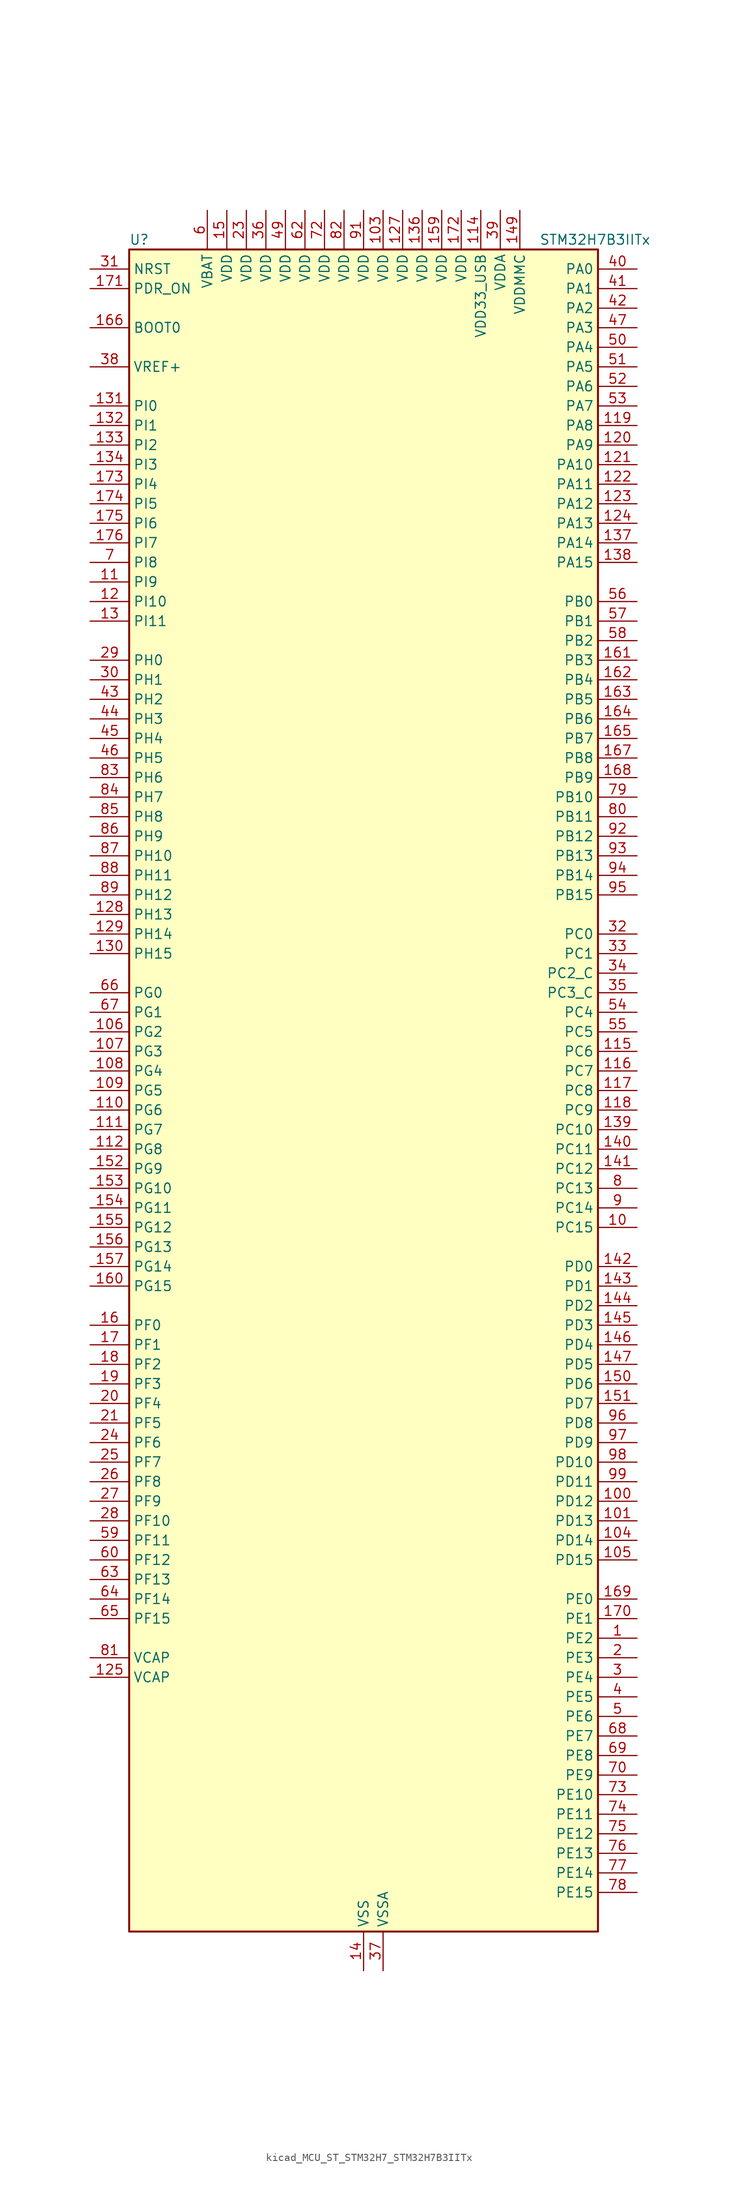
<source format=kicad_sym>
(kicad_symbol_lib
  (version 20220914)
  (generator kicad_symbol_editor)
  (symbol "kicad_MCU_ST_STM32H7_STM32H7B3IITx"
    (property "Reference" "U"
      (at -30.48 110.49 0)
      (effects (font (size 1.27 1.27)) (justify left)))
    (property "Value" "STM32H7B3IITx"
      (at 22.86 110.49 0)
      (effects (font (size 1.27 1.27)) (justify left)))
    (property "ki_locked" ""
      (at 0 0 0)
      (effects (font (size 1.27 1.27))))
    (symbol "kicad_MCU_ST_STM32H7_STM32H7B3IITx_0_1"
      (rectangle (start -30.48 -109.22) (end 30.48 109.22) (stroke (width 0.254) (type default)) (fill (type background))))
    (symbol "kicad_MCU_ST_STM32H7_STM32H7B3IITx_1_1"
      (pin bidirectional line (at 35.56 -71.12 180) (length 5.08) (name "PE2" (effects (font (size 1.27 1.27)))) (number "1" (effects (font (size 1.27 1.27)))) (alternate "DEBUG_TRACECLK" bidirectional line) (alternate "FMC_A23" bidirectional line) (alternate "OCTOSPIM_P1_IO2" bidirectional line) (alternate "SAI1_CK1" bidirectional line) (alternate "SAI1_MCLK_A" bidirectional line) (alternate "SPI4_SCK" bidirectional line) (alternate "USART10_RX" bidirectional line))
      (pin bidirectional line (at 35.56 -17.78 180) (length 5.08) (name "PC15" (effects (font (size 1.27 1.27)))) (number "10" (effects (font (size 1.27 1.27)))) (alternate "ADC1_EXTI15" bidirectional line) (alternate "ADC2_EXTI15" bidirectional line) (alternate "RCC_OSC32_OUT" bidirectional line))
      (pin bidirectional line (at 35.56 -53.34 180) (length 5.08) (name "PD12" (effects (font (size 1.27 1.27)))) (number "100" (effects (font (size 1.27 1.27)))) (alternate "DCMI_D12" bidirectional line) (alternate "FMC_A17" bidirectional line) (alternate "FMC_ALE" bidirectional line) (alternate "I2C4_SCL" bidirectional line) (alternate "LPTIM1_IN1" bidirectional line) (alternate "LPTIM2_IN1" bidirectional line) (alternate "OCTOSPIM_P1_IO1" bidirectional line) (alternate "PSSI_D12" bidirectional line) (alternate "SAI2_FS_A" bidirectional line) (alternate "TIM4_CH1" bidirectional line) (alternate "USART3_DE" bidirectional line) (alternate "USART3_RTS" bidirectional line))
      (pin bidirectional line (at 35.56 -55.88 180) (length 5.08) (name "PD13" (effects (font (size 1.27 1.27)))) (number "101" (effects (font (size 1.27 1.27)))) (alternate "DCMI_D13" bidirectional line) (alternate "FMC_A18" bidirectional line) (alternate "I2C4_SDA" bidirectional line) (alternate "LPTIM1_OUT" bidirectional line) (alternate "OCTOSPIM_P1_IO3" bidirectional line) (alternate "PSSI_D13" bidirectional line) (alternate "SAI2_SCK_A" bidirectional line) (alternate "TIM4_CH2" bidirectional line) (alternate "UART9_DE" bidirectional line) (alternate "UART9_RTS" bidirectional line))
      (pin passive line (at 0 -114.3 90) (length 5.08) hide (name "VSS" (effects (font (size 1.27 1.27)))) (number "102" (effects (font (size 1.27 1.27)))))
      (pin power_in line (at 2.54 114.3 270) (length 5.08) (name "VDD" (effects (font (size 1.27 1.27)))) (number "103" (effects (font (size 1.27 1.27)))))
      (pin bidirectional line (at 35.56 -58.42 180) (length 5.08) (name "PD14" (effects (font (size 1.27 1.27)))) (number "104" (effects (font (size 1.27 1.27)))) (alternate "FMC_D0" bidirectional line) (alternate "FMC_DA0" bidirectional line) (alternate "TIM4_CH3" bidirectional line) (alternate "UART8_CTS" bidirectional line) (alternate "UART9_RX" bidirectional line))
      (pin bidirectional line (at 35.56 -60.96 180) (length 5.08) (name "PD15" (effects (font (size 1.27 1.27)))) (number "105" (effects (font (size 1.27 1.27)))) (alternate "ADC1_EXTI15" bidirectional line) (alternate "ADC2_EXTI15" bidirectional line) (alternate "FMC_D1" bidirectional line) (alternate "FMC_DA1" bidirectional line) (alternate "TIM4_CH4" bidirectional line) (alternate "UART8_DE" bidirectional line) (alternate "UART8_RTS" bidirectional line) (alternate "UART9_TX" bidirectional line))
      (pin bidirectional line (at -35.56 7.62 0) (length 5.08) (name "PG2" (effects (font (size 1.27 1.27)))) (number "106" (effects (font (size 1.27 1.27)))) (alternate "FMC_A12" bidirectional line) (alternate "TIM8_BKIN" bidirectional line) (alternate "TIM8_BKIN_COMP1" bidirectional line) (alternate "TIM8_BKIN_COMP2" bidirectional line))
      (pin bidirectional line (at -35.56 5.08 0) (length 5.08) (name "PG3" (effects (font (size 1.27 1.27)))) (number "107" (effects (font (size 1.27 1.27)))) (alternate "FMC_A13" bidirectional line) (alternate "TIM8_BKIN2" bidirectional line) (alternate "TIM8_BKIN2_COMP1" bidirectional line) (alternate "TIM8_BKIN2_COMP2" bidirectional line))
      (pin bidirectional line (at -35.56 2.54 0) (length 5.08) (name "PG4" (effects (font (size 1.27 1.27)))) (number "108" (effects (font (size 1.27 1.27)))) (alternate "FMC_A14" bidirectional line) (alternate "FMC_BA0" bidirectional line) (alternate "TIM1_BKIN2" bidirectional line) (alternate "TIM1_BKIN2_COMP1" bidirectional line) (alternate "TIM1_BKIN2_COMP2" bidirectional line))
      (pin bidirectional line (at -35.56 0 0) (length 5.08) (name "PG5" (effects (font (size 1.27 1.27)))) (number "109" (effects (font (size 1.27 1.27)))) (alternate "FMC_A15" bidirectional line) (alternate "FMC_BA1" bidirectional line) (alternate "TIM1_ETR" bidirectional line))
      (pin bidirectional line (at -35.56 66.04 0) (length 5.08) (name "PI9" (effects (font (size 1.27 1.27)))) (number "11" (effects (font (size 1.27 1.27)))) (alternate "DAC1_EXTI9" bidirectional line) (alternate "FDCAN1_RX" bidirectional line) (alternate "FMC_D30" bidirectional line) (alternate "LTDC_VSYNC" bidirectional line) (alternate "OCTOSPIM_P2_IO0" bidirectional line) (alternate "UART4_RX" bidirectional line))
      (pin bidirectional line (at -35.56 -2.54 0) (length 5.08) (name "PG6" (effects (font (size 1.27 1.27)))) (number "110" (effects (font (size 1.27 1.27)))) (alternate "DCMI_D12" bidirectional line) (alternate "FMC_NE3" bidirectional line) (alternate "LTDC_R7" bidirectional line) (alternate "OCTOSPIM_P1_NCS" bidirectional line) (alternate "PSSI_D12" bidirectional line) (alternate "TIM17_BKIN" bidirectional line))
      (pin bidirectional line (at -35.56 -5.08 0) (length 5.08) (name "PG7" (effects (font (size 1.27 1.27)))) (number "111" (effects (font (size 1.27 1.27)))) (alternate "DCMI_D13" bidirectional line) (alternate "FMC_INT" bidirectional line) (alternate "LTDC_CLK" bidirectional line) (alternate "OCTOSPIM_P2_DQS" bidirectional line) (alternate "PSSI_D13" bidirectional line) (alternate "SAI1_MCLK_A" bidirectional line) (alternate "USART6_CK" bidirectional line))
      (pin bidirectional line (at -35.56 -7.62 0) (length 5.08) (name "PG8" (effects (font (size 1.27 1.27)))) (number "112" (effects (font (size 1.27 1.27)))) (alternate "FMC_SDCLK" bidirectional line) (alternate "I2S6_WS" bidirectional line) (alternate "LTDC_G7" bidirectional line) (alternate "SPDIFRX_IN2" bidirectional line) (alternate "SPI6_NSS" bidirectional line) (alternate "TIM8_ETR" bidirectional line) (alternate "USART6_DE" bidirectional line) (alternate "USART6_RTS" bidirectional line))
      (pin passive line (at 0 -114.3 90) (length 5.08) hide (name "VSS" (effects (font (size 1.27 1.27)))) (number "113" (effects (font (size 1.27 1.27)))))
      (pin power_in line (at 15.24 114.3 270) (length 5.08) (name "VDD33_USB" (effects (font (size 1.27 1.27)))) (number "114" (effects (font (size 1.27 1.27)))))
      (pin bidirectional line (at 35.56 5.08 180) (length 5.08) (name "PC6" (effects (font (size 1.27 1.27)))) (number "115" (effects (font (size 1.27 1.27)))) (alternate "DCMI_D0" bidirectional line) (alternate "DFSDM1_CKIN3" bidirectional line) (alternate "FMC_NWAIT" bidirectional line) (alternate "I2S2_MCK" bidirectional line) (alternate "LTDC_HSYNC" bidirectional line) (alternate "PSSI_D0" bidirectional line) (alternate "SDMMC1_D0DIR" bidirectional line) (alternate "SDMMC1_D6" bidirectional line) (alternate "SDMMC2_D6" bidirectional line) (alternate "SWPMI1_IO" bidirectional line) (alternate "TIM3_CH1" bidirectional line) (alternate "TIM8_CH1" bidirectional line) (alternate "USART6_TX" bidirectional line))
      (pin bidirectional line (at 35.56 2.54 180) (length 5.08) (name "PC7" (effects (font (size 1.27 1.27)))) (number "116" (effects (font (size 1.27 1.27)))) (alternate "DCMI_D1" bidirectional line) (alternate "DEBUG_TRGIO" bidirectional line) (alternate "DFSDM1_DATIN3" bidirectional line) (alternate "FMC_NE1" bidirectional line) (alternate "I2S3_MCK" bidirectional line) (alternate "LTDC_G6" bidirectional line) (alternate "PSSI_D1" bidirectional line) (alternate "SDMMC1_D123DIR" bidirectional line) (alternate "SDMMC1_D7" bidirectional line) (alternate "SDMMC2_D7" bidirectional line) (alternate "SWPMI1_TX" bidirectional line) (alternate "TIM3_CH2" bidirectional line) (alternate "TIM8_CH2" bidirectional line) (alternate "USART6_RX" bidirectional line))
      (pin bidirectional line (at 35.56 0 180) (length 5.08) (name "PC8" (effects (font (size 1.27 1.27)))) (number "117" (effects (font (size 1.27 1.27)))) (alternate "DCMI_D2" bidirectional line) (alternate "DEBUG_TRACED1" bidirectional line) (alternate "FMC_INT" bidirectional line) (alternate "FMC_NCE" bidirectional line) (alternate "FMC_NE2" bidirectional line) (alternate "PSSI_D2" bidirectional line) (alternate "SDMMC1_D0" bidirectional line) (alternate "SWPMI1_RX" bidirectional line) (alternate "TIM3_CH3" bidirectional line) (alternate "TIM8_CH3" bidirectional line) (alternate "UART5_DE" bidirectional line) (alternate "UART5_RTS" bidirectional line) (alternate "USART6_CK" bidirectional line))
      (pin bidirectional line (at 35.56 -2.54 180) (length 5.08) (name "PC9" (effects (font (size 1.27 1.27)))) (number "118" (effects (font (size 1.27 1.27)))) (alternate "DAC1_EXTI9" bidirectional line) (alternate "DCMI_D3" bidirectional line) (alternate "I2C3_SDA" bidirectional line) (alternate "I2S_CKIN" bidirectional line) (alternate "LTDC_B2" bidirectional line) (alternate "LTDC_G3" bidirectional line) (alternate "OCTOSPIM_P1_IO0" bidirectional line) (alternate "PSSI_D3" bidirectional line) (alternate "RCC_MCO_2" bidirectional line) (alternate "SDMMC1_D1" bidirectional line) (alternate "SWPMI1_SUSPEND" bidirectional line) (alternate "TIM3_CH4" bidirectional line) (alternate "TIM8_CH4" bidirectional line) (alternate "UART5_CTS" bidirectional line))
      (pin bidirectional line (at 35.56 86.36 180) (length 5.08) (name "PA8" (effects (font (size 1.27 1.27)))) (number "119" (effects (font (size 1.27 1.27)))) (alternate "I2C3_SCL" bidirectional line) (alternate "LTDC_B3" bidirectional line) (alternate "LTDC_R6" bidirectional line) (alternate "RCC_MCO_1" bidirectional line) (alternate "TIM1_CH1" bidirectional line) (alternate "TIM8_BKIN2" bidirectional line) (alternate "TIM8_BKIN2_COMP1" bidirectional line) (alternate "TIM8_BKIN2_COMP2" bidirectional line) (alternate "UART7_RX" bidirectional line) (alternate "USART1_CK" bidirectional line) (alternate "USB_OTG_HS_SOF" bidirectional line))
      (pin bidirectional line (at -35.56 63.5 0) (length 5.08) (name "PI10" (effects (font (size 1.27 1.27)))) (number "12" (effects (font (size 1.27 1.27)))) (alternate "FMC_D31" bidirectional line) (alternate "LTDC_HSYNC" bidirectional line) (alternate "OCTOSPIM_P2_IO1" bidirectional line) (alternate "PSSI_D14" bidirectional line))
      (pin bidirectional line (at 35.56 83.82 180) (length 5.08) (name "PA9" (effects (font (size 1.27 1.27)))) (number "120" (effects (font (size 1.27 1.27)))) (alternate "DAC1_EXTI9" bidirectional line) (alternate "DCMI_D0" bidirectional line) (alternate "I2C3_SMBA" bidirectional line) (alternate "I2S2_CK" bidirectional line) (alternate "LPUART1_TX" bidirectional line) (alternate "LTDC_R5" bidirectional line) (alternate "PSSI_D0" bidirectional line) (alternate "SPI2_SCK" bidirectional line) (alternate "TIM1_CH2" bidirectional line) (alternate "USART1_TX" bidirectional line) (alternate "USB_OTG_HS_VBUS" bidirectional line))
      (pin bidirectional line (at 35.56 81.28 180) (length 5.08) (name "PA10" (effects (font (size 1.27 1.27)))) (number "121" (effects (font (size 1.27 1.27)))) (alternate "DCMI_D1" bidirectional line) (alternate "LPUART1_RX" bidirectional line) (alternate "LTDC_B1" bidirectional line) (alternate "LTDC_B4" bidirectional line) (alternate "MDIOS_MDIO" bidirectional line) (alternate "PSSI_D1" bidirectional line) (alternate "TIM1_CH3" bidirectional line) (alternate "USART1_RX" bidirectional line) (alternate "USB_OTG_HS_ID" bidirectional line))
      (pin bidirectional line (at 35.56 78.74 180) (length 5.08) (name "PA11" (effects (font (size 1.27 1.27)))) (number "122" (effects (font (size 1.27 1.27)))) (alternate "ADC1_EXTI11" bidirectional line) (alternate "ADC2_EXTI11" bidirectional line) (alternate "FDCAN1_RX" bidirectional line) (alternate "I2S2_WS" bidirectional line) (alternate "LPUART1_CTS" bidirectional line) (alternate "LTDC_R4" bidirectional line) (alternate "SPI2_NSS" bidirectional line) (alternate "TIM1_CH4" bidirectional line) (alternate "UART4_RX" bidirectional line) (alternate "USART1_CTS" bidirectional line) (alternate "USART1_NSS" bidirectional line) (alternate "USB_OTG_HS_DM" bidirectional line))
      (pin bidirectional line (at 35.56 76.2 180) (length 5.08) (name "PA12" (effects (font (size 1.27 1.27)))) (number "123" (effects (font (size 1.27 1.27)))) (alternate "FDCAN1_TX" bidirectional line) (alternate "I2S2_CK" bidirectional line) (alternate "LPUART1_DE" bidirectional line) (alternate "LPUART1_RTS" bidirectional line) (alternate "LTDC_R5" bidirectional line) (alternate "SAI2_FS_B" bidirectional line) (alternate "SPI2_SCK" bidirectional line) (alternate "TIM1_ETR" bidirectional line) (alternate "UART4_TX" bidirectional line) (alternate "USART1_DE" bidirectional line) (alternate "USART1_RTS" bidirectional line) (alternate "USB_OTG_HS_DP" bidirectional line))
      (pin bidirectional line (at 35.56 73.66 180) (length 5.08) (name "PA13" (effects (font (size 1.27 1.27)))) (number "124" (effects (font (size 1.27 1.27)))) (alternate "DEBUG_JTMS-SWDIO" bidirectional line))
      (pin power_out line (at -35.56 -76.2 0) (length 5.08) (name "VCAP" (effects (font (size 1.27 1.27)))) (number "125" (effects (font (size 1.27 1.27)))))
      (pin passive line (at 0 -114.3 90) (length 5.08) hide (name "VSS" (effects (font (size 1.27 1.27)))) (number "126" (effects (font (size 1.27 1.27)))))
      (pin power_in line (at 5.08 114.3 270) (length 5.08) (name "VDD" (effects (font (size 1.27 1.27)))) (number "127" (effects (font (size 1.27 1.27)))))
      (pin bidirectional line (at -35.56 22.86 0) (length 5.08) (name "PH13" (effects (font (size 1.27 1.27)))) (number "128" (effects (font (size 1.27 1.27)))) (alternate "FDCAN1_TX" bidirectional line) (alternate "FMC_D21" bidirectional line) (alternate "LTDC_G2" bidirectional line) (alternate "TIM8_CH1N" bidirectional line) (alternate "UART4_TX" bidirectional line))
      (pin bidirectional line (at -35.56 20.32 0) (length 5.08) (name "PH14" (effects (font (size 1.27 1.27)))) (number "129" (effects (font (size 1.27 1.27)))) (alternate "DCMI_D4" bidirectional line) (alternate "FDCAN1_RX" bidirectional line) (alternate "FMC_D22" bidirectional line) (alternate "LTDC_G3" bidirectional line) (alternate "PSSI_D4" bidirectional line) (alternate "TIM8_CH2N" bidirectional line) (alternate "UART4_RX" bidirectional line))
      (pin bidirectional line (at -35.56 60.96 0) (length 5.08) (name "PI11" (effects (font (size 1.27 1.27)))) (number "13" (effects (font (size 1.27 1.27)))) (alternate "ADC1_EXTI11" bidirectional line) (alternate "ADC2_EXTI11" bidirectional line) (alternate "LTDC_G6" bidirectional line) (alternate "OCTOSPIM_P2_IO2" bidirectional line) (alternate "PSSI_D15" bidirectional line) (alternate "PWR_WKUP5" bidirectional line) (alternate "USB_OTG_HS_ULPI_DIR" bidirectional line))
      (pin bidirectional line (at -35.56 17.78 0) (length 5.08) (name "PH15" (effects (font (size 1.27 1.27)))) (number "130" (effects (font (size 1.27 1.27)))) (alternate "ADC1_EXTI15" bidirectional line) (alternate "ADC2_EXTI15" bidirectional line) (alternate "DCMI_D11" bidirectional line) (alternate "FMC_D23" bidirectional line) (alternate "LTDC_G4" bidirectional line) (alternate "PSSI_D11" bidirectional line) (alternate "TIM8_CH3N" bidirectional line))
      (pin bidirectional line (at -35.56 88.9 0) (length 5.08) (name "PI0" (effects (font (size 1.27 1.27)))) (number "131" (effects (font (size 1.27 1.27)))) (alternate "DCMI_D13" bidirectional line) (alternate "FMC_D24" bidirectional line) (alternate "I2S2_WS" bidirectional line) (alternate "LTDC_G5" bidirectional line) (alternate "PSSI_D13" bidirectional line) (alternate "SPI2_NSS" bidirectional line) (alternate "TIM5_CH4" bidirectional line))
      (pin bidirectional line (at -35.56 86.36 0) (length 5.08) (name "PI1" (effects (font (size 1.27 1.27)))) (number "132" (effects (font (size 1.27 1.27)))) (alternate "DCMI_D8" bidirectional line) (alternate "FMC_D25" bidirectional line) (alternate "I2S2_CK" bidirectional line) (alternate "LTDC_G6" bidirectional line) (alternate "PSSI_D8" bidirectional line) (alternate "SPI2_SCK" bidirectional line) (alternate "TIM8_BKIN2" bidirectional line) (alternate "TIM8_BKIN2_COMP1" bidirectional line) (alternate "TIM8_BKIN2_COMP2" bidirectional line))
      (pin bidirectional line (at -35.56 83.82 0) (length 5.08) (name "PI2" (effects (font (size 1.27 1.27)))) (number "133" (effects (font (size 1.27 1.27)))) (alternate "DCMI_D9" bidirectional line) (alternate "FMC_D26" bidirectional line) (alternate "I2S2_SDI" bidirectional line) (alternate "LTDC_G7" bidirectional line) (alternate "PSSI_D9" bidirectional line) (alternate "SPI2_MISO" bidirectional line) (alternate "TIM8_CH4" bidirectional line))
      (pin bidirectional line (at -35.56 81.28 0) (length 5.08) (name "PI3" (effects (font (size 1.27 1.27)))) (number "134" (effects (font (size 1.27 1.27)))) (alternate "DCMI_D10" bidirectional line) (alternate "FMC_D27" bidirectional line) (alternate "I2S2_SDO" bidirectional line) (alternate "PSSI_D10" bidirectional line) (alternate "SPI2_MOSI" bidirectional line) (alternate "TIM8_ETR" bidirectional line))
      (pin passive line (at 0 -114.3 90) (length 5.08) hide (name "VSS" (effects (font (size 1.27 1.27)))) (number "135" (effects (font (size 1.27 1.27)))))
      (pin power_in line (at 7.62 114.3 270) (length 5.08) (name "VDD" (effects (font (size 1.27 1.27)))) (number "136" (effects (font (size 1.27 1.27)))))
      (pin bidirectional line (at 35.56 71.12 180) (length 5.08) (name "PA14" (effects (font (size 1.27 1.27)))) (number "137" (effects (font (size 1.27 1.27)))) (alternate "DEBUG_JTCK-SWCLK" bidirectional line))
      (pin bidirectional line (at 35.56 68.58 180) (length 5.08) (name "PA15" (effects (font (size 1.27 1.27)))) (number "138" (effects (font (size 1.27 1.27)))) (alternate "ADC1_EXTI15" bidirectional line) (alternate "ADC2_EXTI15" bidirectional line) (alternate "CEC" bidirectional line) (alternate "DEBUG_JTDI" bidirectional line) (alternate "I2S1_WS" bidirectional line) (alternate "I2S3_WS" bidirectional line) (alternate "I2S6_WS" bidirectional line) (alternate "LTDC_B6" bidirectional line) (alternate "LTDC_R3" bidirectional line) (alternate "SPI1_NSS" bidirectional line) (alternate "SPI3_NSS" bidirectional line) (alternate "SPI6_NSS" bidirectional line) (alternate "TIM2_CH1" bidirectional line) (alternate "TIM2_ETR" bidirectional line) (alternate "UART4_DE" bidirectional line) (alternate "UART4_RTS" bidirectional line) (alternate "UART7_TX" bidirectional line))
      (pin bidirectional line (at 35.56 -5.08 180) (length 5.08) (name "PC10" (effects (font (size 1.27 1.27)))) (number "139" (effects (font (size 1.27 1.27)))) (alternate "DCMI_D8" bidirectional line) (alternate "DFSDM1_CKIN5" bidirectional line) (alternate "DFSDM2_CKIN0" bidirectional line) (alternate "I2S3_CK" bidirectional line) (alternate "LTDC_B1" bidirectional line) (alternate "LTDC_R2" bidirectional line) (alternate "OCTOSPIM_P1_IO1" bidirectional line) (alternate "PSSI_D8" bidirectional line) (alternate "SDMMC1_D2" bidirectional line) (alternate "SPI3_SCK" bidirectional line) (alternate "SWPMI1_RX" bidirectional line) (alternate "UART4_TX" bidirectional line) (alternate "USART3_TX" bidirectional line))
      (pin power_in line (at 0 -114.3 90) (length 5.08) (name "VSS" (effects (font (size 1.27 1.27)))) (number "14" (effects (font (size 1.27 1.27)))))
      (pin bidirectional line (at 35.56 -7.62 180) (length 5.08) (name "PC11" (effects (font (size 1.27 1.27)))) (number "140" (effects (font (size 1.27 1.27)))) (alternate "ADC1_EXTI11" bidirectional line) (alternate "ADC2_EXTI11" bidirectional line) (alternate "DCMI_D4" bidirectional line) (alternate "DFSDM1_DATIN5" bidirectional line) (alternate "DFSDM2_DATIN0" bidirectional line) (alternate "I2S3_SDI" bidirectional line) (alternate "LTDC_B4" bidirectional line) (alternate "OCTOSPIM_P1_NCS" bidirectional line) (alternate "PSSI_D4" bidirectional line) (alternate "SDMMC1_D3" bidirectional line) (alternate "SPI3_MISO" bidirectional line) (alternate "UART4_RX" bidirectional line) (alternate "USART3_RX" bidirectional line))
      (pin bidirectional line (at 35.56 -10.16 180) (length 5.08) (name "PC12" (effects (font (size 1.27 1.27)))) (number "141" (effects (font (size 1.27 1.27)))) (alternate "DCMI_D9" bidirectional line) (alternate "DEBUG_TRACED3" bidirectional line) (alternate "DFSDM2_CKOUT" bidirectional line) (alternate "I2S3_SDO" bidirectional line) (alternate "I2S6_CK" bidirectional line) (alternate "LTDC_R6" bidirectional line) (alternate "PSSI_D9" bidirectional line) (alternate "SDMMC1_CK" bidirectional line) (alternate "SPI3_MOSI" bidirectional line) (alternate "SPI6_SCK" bidirectional line) (alternate "TIM15_CH1" bidirectional line) (alternate "UART5_TX" bidirectional line) (alternate "USART3_CK" bidirectional line))
      (pin bidirectional line (at 35.56 -22.86 180) (length 5.08) (name "PD0" (effects (font (size 1.27 1.27)))) (number "142" (effects (font (size 1.27 1.27)))) (alternate "DFSDM1_CKIN6" bidirectional line) (alternate "FDCAN1_RX" bidirectional line) (alternate "FMC_D2" bidirectional line) (alternate "FMC_DA2" bidirectional line) (alternate "LTDC_B1" bidirectional line) (alternate "UART4_RX" bidirectional line) (alternate "UART9_CTS" bidirectional line))
      (pin bidirectional line (at 35.56 -25.4 180) (length 5.08) (name "PD1" (effects (font (size 1.27 1.27)))) (number "143" (effects (font (size 1.27 1.27)))) (alternate "DFSDM1_DATIN6" bidirectional line) (alternate "FDCAN1_TX" bidirectional line) (alternate "FMC_D3" bidirectional line) (alternate "FMC_DA3" bidirectional line) (alternate "UART4_TX" bidirectional line))
      (pin bidirectional line (at 35.56 -27.94 180) (length 5.08) (name "PD2" (effects (font (size 1.27 1.27)))) (number "144" (effects (font (size 1.27 1.27)))) (alternate "DCMI_D11" bidirectional line) (alternate "DEBUG_TRACED2" bidirectional line) (alternate "LTDC_B2" bidirectional line) (alternate "LTDC_B7" bidirectional line) (alternate "PSSI_D11" bidirectional line) (alternate "SDMMC1_CMD" bidirectional line) (alternate "TIM15_BKIN" bidirectional line) (alternate "TIM3_ETR" bidirectional line) (alternate "UART5_RX" bidirectional line))
      (pin bidirectional line (at 35.56 -30.48 180) (length 5.08) (name "PD3" (effects (font (size 1.27 1.27)))) (number "145" (effects (font (size 1.27 1.27)))) (alternate "DCMI_D5" bidirectional line) (alternate "DFSDM1_CKOUT" bidirectional line) (alternate "FMC_CLK" bidirectional line) (alternate "I2S2_CK" bidirectional line) (alternate "LTDC_G7" bidirectional line) (alternate "PSSI_D5" bidirectional line) (alternate "SPI2_SCK" bidirectional line) (alternate "USART2_CTS" bidirectional line) (alternate "USART2_NSS" bidirectional line))
      (pin bidirectional line (at 35.56 -33.02 180) (length 5.08) (name "PD4" (effects (font (size 1.27 1.27)))) (number "146" (effects (font (size 1.27 1.27)))) (alternate "FMC_NOE" bidirectional line) (alternate "OCTOSPIM_P1_IO4" bidirectional line) (alternate "USART2_DE" bidirectional line) (alternate "USART2_RTS" bidirectional line))
      (pin bidirectional line (at 35.56 -35.56 180) (length 5.08) (name "PD5" (effects (font (size 1.27 1.27)))) (number "147" (effects (font (size 1.27 1.27)))) (alternate "FMC_NWE" bidirectional line) (alternate "OCTOSPIM_P1_IO5" bidirectional line) (alternate "USART2_TX" bidirectional line))
      (pin passive line (at 0 -114.3 90) (length 5.08) hide (name "VSS" (effects (font (size 1.27 1.27)))) (number "148" (effects (font (size 1.27 1.27)))))
      (pin power_in line (at 20.32 114.3 270) (length 5.08) (name "VDDMMC" (effects (font (size 1.27 1.27)))) (number "149" (effects (font (size 1.27 1.27)))))
      (pin power_in line (at -17.78 114.3 270) (length 5.08) (name "VDD" (effects (font (size 1.27 1.27)))) (number "15" (effects (font (size 1.27 1.27)))))
      (pin bidirectional line (at 35.56 -38.1 180) (length 5.08) (name "PD6" (effects (font (size 1.27 1.27)))) (number "150" (effects (font (size 1.27 1.27)))) (alternate "DCMI_D10" bidirectional line) (alternate "DFSDM1_CKIN4" bidirectional line) (alternate "DFSDM1_DATIN1" bidirectional line) (alternate "FMC_NWAIT" bidirectional line) (alternate "I2S3_SDO" bidirectional line) (alternate "LTDC_B2" bidirectional line) (alternate "OCTOSPIM_P1_IO6" bidirectional line) (alternate "PSSI_D10" bidirectional line) (alternate "SAI1_D1" bidirectional line) (alternate "SAI1_SD_A" bidirectional line) (alternate "SDMMC2_CK" bidirectional line) (alternate "SPI3_MOSI" bidirectional line) (alternate "USART2_RX" bidirectional line))
      (pin bidirectional line (at 35.56 -40.64 180) (length 5.08) (name "PD7" (effects (font (size 1.27 1.27)))) (number "151" (effects (font (size 1.27 1.27)))) (alternate "DFSDM1_CKIN1" bidirectional line) (alternate "DFSDM1_DATIN4" bidirectional line) (alternate "FMC_NE1" bidirectional line) (alternate "I2S1_SDO" bidirectional line) (alternate "OCTOSPIM_P1_IO7" bidirectional line) (alternate "SDMMC2_CMD" bidirectional line) (alternate "SPDIFRX_IN0" bidirectional line) (alternate "SPI1_MOSI" bidirectional line) (alternate "USART2_CK" bidirectional line))
      (pin bidirectional line (at -35.56 -10.16 0) (length 5.08) (name "PG9" (effects (font (size 1.27 1.27)))) (number "152" (effects (font (size 1.27 1.27)))) (alternate "DAC1_EXTI9" bidirectional line) (alternate "DCMI_VSYNC" bidirectional line) (alternate "FMC_NCE" bidirectional line) (alternate "FMC_NE2" bidirectional line) (alternate "I2S1_SDI" bidirectional line) (alternate "OCTOSPIM_P1_IO6" bidirectional line) (alternate "PSSI_RDY" bidirectional line) (alternate "SAI2_FS_B" bidirectional line) (alternate "SDMMC2_D0" bidirectional line) (alternate "SPDIFRX_IN3" bidirectional line) (alternate "SPI1_MISO" bidirectional line) (alternate "USART6_RX" bidirectional line))
      (pin bidirectional line (at -35.56 -12.7 0) (length 5.08) (name "PG10" (effects (font (size 1.27 1.27)))) (number "153" (effects (font (size 1.27 1.27)))) (alternate "DCMI_D2" bidirectional line) (alternate "FMC_NE3" bidirectional line) (alternate "I2S1_WS" bidirectional line) (alternate "LTDC_B2" bidirectional line) (alternate "LTDC_G3" bidirectional line) (alternate "OCTOSPIM_P2_IO6" bidirectional line) (alternate "PSSI_D2" bidirectional line) (alternate "SAI2_SD_B" bidirectional line) (alternate "SDMMC2_D1" bidirectional line) (alternate "SPI1_NSS" bidirectional line))
      (pin bidirectional line (at -35.56 -15.24 0) (length 5.08) (name "PG11" (effects (font (size 1.27 1.27)))) (number "154" (effects (font (size 1.27 1.27)))) (alternate "ADC1_EXTI11" bidirectional line) (alternate "ADC2_EXTI11" bidirectional line) (alternate "DCMI_D3" bidirectional line) (alternate "I2S1_CK" bidirectional line) (alternate "LPTIM1_IN2" bidirectional line) (alternate "LTDC_B3" bidirectional line) (alternate "OCTOSPIM_P2_IO7" bidirectional line) (alternate "PSSI_D3" bidirectional line) (alternate "SDMMC2_D2" bidirectional line) (alternate "SPDIFRX_IN0" bidirectional line) (alternate "SPI1_SCK" bidirectional line) (alternate "USART10_RX" bidirectional line))
      (pin bidirectional line (at -35.56 -17.78 0) (length 5.08) (name "PG12" (effects (font (size 1.27 1.27)))) (number "155" (effects (font (size 1.27 1.27)))) (alternate "FMC_NE4" bidirectional line) (alternate "I2S6_SDI" bidirectional line) (alternate "LPTIM1_IN1" bidirectional line) (alternate "LTDC_B1" bidirectional line) (alternate "LTDC_B4" bidirectional line) (alternate "OCTOSPIM_P2_NCS" bidirectional line) (alternate "SDMMC2_D3" bidirectional line) (alternate "SPDIFRX_IN1" bidirectional line) (alternate "SPI6_MISO" bidirectional line) (alternate "USART10_TX" bidirectional line) (alternate "USART6_DE" bidirectional line) (alternate "USART6_RTS" bidirectional line))
      (pin bidirectional line (at -35.56 -20.32 0) (length 5.08) (name "PG13" (effects (font (size 1.27 1.27)))) (number "156" (effects (font (size 1.27 1.27)))) (alternate "DEBUG_TRACED0" bidirectional line) (alternate "FMC_A24" bidirectional line) (alternate "I2S6_CK" bidirectional line) (alternate "LPTIM1_OUT" bidirectional line) (alternate "LTDC_R0" bidirectional line) (alternate "SDMMC2_D6" bidirectional line) (alternate "SPI6_SCK" bidirectional line) (alternate "USART10_CTS" bidirectional line) (alternate "USART10_NSS" bidirectional line) (alternate "USART6_CTS" bidirectional line) (alternate "USART6_NSS" bidirectional line))
      (pin bidirectional line (at -35.56 -22.86 0) (length 5.08) (name "PG14" (effects (font (size 1.27 1.27)))) (number "157" (effects (font (size 1.27 1.27)))) (alternate "DEBUG_TRACED1" bidirectional line) (alternate "FMC_A25" bidirectional line) (alternate "I2S6_SDO" bidirectional line) (alternate "LPTIM1_ETR" bidirectional line) (alternate "LTDC_B0" bidirectional line) (alternate "OCTOSPIM_P1_IO7" bidirectional line) (alternate "SDMMC2_D7" bidirectional line) (alternate "SPI6_MOSI" bidirectional line) (alternate "USART10_DE" bidirectional line) (alternate "USART10_RTS" bidirectional line) (alternate "USART6_TX" bidirectional line))
      (pin passive line (at 0 -114.3 90) (length 5.08) hide (name "VSS" (effects (font (size 1.27 1.27)))) (number "158" (effects (font (size 1.27 1.27)))))
      (pin power_in line (at 10.16 114.3 270) (length 5.08) (name "VDD" (effects (font (size 1.27 1.27)))) (number "159" (effects (font (size 1.27 1.27)))))
      (pin bidirectional line (at -35.56 -30.48 0) (length 5.08) (name "PF0" (effects (font (size 1.27 1.27)))) (number "16" (effects (font (size 1.27 1.27)))) (alternate "FMC_A0" bidirectional line) (alternate "I2C2_SDA" bidirectional line) (alternate "OCTOSPIM_P2_IO0" bidirectional line))
      (pin bidirectional line (at -35.56 -25.4 0) (length 5.08) (name "PG15" (effects (font (size 1.27 1.27)))) (number "160" (effects (font (size 1.27 1.27)))) (alternate "ADC1_EXTI15" bidirectional line) (alternate "ADC2_EXTI15" bidirectional line) (alternate "DCMI_D13" bidirectional line) (alternate "FMC_SDNCAS" bidirectional line) (alternate "OCTOSPIM_P2_DQS" bidirectional line) (alternate "PSSI_D13" bidirectional line) (alternate "USART10_CK" bidirectional line) (alternate "USART6_CTS" bidirectional line) (alternate "USART6_NSS" bidirectional line))
      (pin bidirectional line (at 35.56 55.88 180) (length 5.08) (name "PB3" (effects (font (size 1.27 1.27)))) (number "161" (effects (font (size 1.27 1.27)))) (alternate "CRS_SYNC" bidirectional line) (alternate "DEBUG_JTDO-SWO" bidirectional line) (alternate "I2S1_CK" bidirectional line) (alternate "I2S3_CK" bidirectional line) (alternate "I2S6_CK" bidirectional line) (alternate "SDMMC2_D2" bidirectional line) (alternate "SPI1_SCK" bidirectional line) (alternate "SPI3_SCK" bidirectional line) (alternate "SPI6_SCK" bidirectional line) (alternate "TIM2_CH2" bidirectional line) (alternate "UART7_RX" bidirectional line))
      (pin bidirectional line (at 35.56 53.34 180) (length 5.08) (name "PB4" (effects (font (size 1.27 1.27)))) (number "162" (effects (font (size 1.27 1.27)))) (alternate "DEBUG_JTRST" bidirectional line) (alternate "I2S1_SDI" bidirectional line) (alternate "I2S2_WS" bidirectional line) (alternate "I2S3_SDI" bidirectional line) (alternate "I2S6_SDI" bidirectional line) (alternate "SDMMC2_D3" bidirectional line) (alternate "SPI1_MISO" bidirectional line) (alternate "SPI2_NSS" bidirectional line) (alternate "SPI3_MISO" bidirectional line) (alternate "SPI6_MISO" bidirectional line) (alternate "TIM16_BKIN" bidirectional line) (alternate "TIM3_CH1" bidirectional line) (alternate "UART7_TX" bidirectional line))
      (pin bidirectional line (at 35.56 50.8 180) (length 5.08) (name "PB5" (effects (font (size 1.27 1.27)))) (number "163" (effects (font (size 1.27 1.27)))) (alternate "DCMI_D10" bidirectional line) (alternate "FDCAN2_RX" bidirectional line) (alternate "FMC_SDCKE1" bidirectional line) (alternate "I2C1_SMBA" bidirectional line) (alternate "I2C4_SMBA" bidirectional line) (alternate "I2S1_SDO" bidirectional line) (alternate "I2S3_SDO" bidirectional line) (alternate "I2S6_SDO" bidirectional line) (alternate "LTDC_B5" bidirectional line) (alternate "PSSI_D10" bidirectional line) (alternate "SPI1_MOSI" bidirectional line) (alternate "SPI3_MOSI" bidirectional line) (alternate "SPI6_MOSI" bidirectional line) (alternate "TIM17_BKIN" bidirectional line) (alternate "TIM3_CH2" bidirectional line) (alternate "UART5_RX" bidirectional line) (alternate "USB_OTG_HS_ULPI_D7" bidirectional line))
      (pin bidirectional line (at 35.56 48.26 180) (length 5.08) (name "PB6" (effects (font (size 1.27 1.27)))) (number "164" (effects (font (size 1.27 1.27)))) (alternate "CEC" bidirectional line) (alternate "DCMI_D5" bidirectional line) (alternate "DFSDM1_DATIN5" bidirectional line) (alternate "FDCAN2_TX" bidirectional line) (alternate "FMC_SDNE1" bidirectional line) (alternate "I2C1_SCL" bidirectional line) (alternate "I2C4_SCL" bidirectional line) (alternate "LPUART1_TX" bidirectional line) (alternate "OCTOSPIM_P1_NCS" bidirectional line) (alternate "PSSI_D5" bidirectional line) (alternate "TIM16_CH1N" bidirectional line) (alternate "TIM4_CH1" bidirectional line) (alternate "UART5_TX" bidirectional line) (alternate "USART1_TX" bidirectional line))
      (pin bidirectional line (at 35.56 45.72 180) (length 5.08) (name "PB7" (effects (font (size 1.27 1.27)))) (number "165" (effects (font (size 1.27 1.27)))) (alternate "DCMI_VSYNC" bidirectional line) (alternate "DFSDM1_CKIN5" bidirectional line) (alternate "FMC_NL" bidirectional line) (alternate "I2C1_SDA" bidirectional line) (alternate "I2C4_SDA" bidirectional line) (alternate "LPUART1_RX" bidirectional line) (alternate "PSSI_RDY" bidirectional line) (alternate "PWR_PVD_IN" bidirectional line) (alternate "TIM17_CH1N" bidirectional line) (alternate "TIM4_CH2" bidirectional line) (alternate "USART1_RX" bidirectional line))
      (pin input line (at -35.56 99.06 0) (length 5.08) (name "BOOT0" (effects (font (size 1.27 1.27)))) (number "166" (effects (font (size 1.27 1.27)))))
      (pin bidirectional line (at 35.56 43.18 180) (length 5.08) (name "PB8" (effects (font (size 1.27 1.27)))) (number "167" (effects (font (size 1.27 1.27)))) (alternate "DCMI_D6" bidirectional line) (alternate "DFSDM1_CKIN7" bidirectional line) (alternate "FDCAN1_RX" bidirectional line) (alternate "I2C1_SCL" bidirectional line) (alternate "I2C4_SCL" bidirectional line) (alternate "LTDC_B6" bidirectional line) (alternate "PSSI_D6" bidirectional line) (alternate "SDMMC1_CKIN" bidirectional line) (alternate "SDMMC1_D4" bidirectional line) (alternate "SDMMC2_D4" bidirectional line) (alternate "TIM16_CH1" bidirectional line) (alternate "TIM4_CH3" bidirectional line) (alternate "UART4_RX" bidirectional line))
      (pin bidirectional line (at 35.56 40.64 180) (length 5.08) (name "PB9" (effects (font (size 1.27 1.27)))) (number "168" (effects (font (size 1.27 1.27)))) (alternate "DAC1_EXTI9" bidirectional line) (alternate "DCMI_D7" bidirectional line) (alternate "DFSDM1_DATIN7" bidirectional line) (alternate "FDCAN1_TX" bidirectional line) (alternate "I2C1_SDA" bidirectional line) (alternate "I2C4_SDA" bidirectional line) (alternate "I2C4_SMBA" bidirectional line) (alternate "I2S2_WS" bidirectional line) (alternate "LTDC_B7" bidirectional line) (alternate "PSSI_D7" bidirectional line) (alternate "SDMMC1_CDIR" bidirectional line) (alternate "SDMMC1_D5" bidirectional line) (alternate "SDMMC2_D5" bidirectional line) (alternate "SPI2_NSS" bidirectional line) (alternate "TIM17_CH1" bidirectional line) (alternate "TIM4_CH4" bidirectional line) (alternate "UART4_TX" bidirectional line))
      (pin bidirectional line (at 35.56 -66.04 180) (length 5.08) (name "PE0" (effects (font (size 1.27 1.27)))) (number "169" (effects (font (size 1.27 1.27)))) (alternate "DCMI_D2" bidirectional line) (alternate "FMC_NBL0" bidirectional line) (alternate "LPTIM1_ETR" bidirectional line) (alternate "LPTIM2_ETR" bidirectional line) (alternate "LTDC_R0" bidirectional line) (alternate "PSSI_D2" bidirectional line) (alternate "SAI2_MCLK_A" bidirectional line) (alternate "TIM4_ETR" bidirectional line) (alternate "UART8_RX" bidirectional line))
      (pin bidirectional line (at -35.56 -33.02 0) (length 5.08) (name "PF1" (effects (font (size 1.27 1.27)))) (number "17" (effects (font (size 1.27 1.27)))) (alternate "FMC_A1" bidirectional line) (alternate "I2C2_SCL" bidirectional line) (alternate "OCTOSPIM_P2_IO1" bidirectional line))
      (pin bidirectional line (at 35.56 -68.58 180) (length 5.08) (name "PE1" (effects (font (size 1.27 1.27)))) (number "170" (effects (font (size 1.27 1.27)))) (alternate "DCMI_D3" bidirectional line) (alternate "FMC_NBL1" bidirectional line) (alternate "LPTIM1_IN2" bidirectional line) (alternate "LTDC_R6" bidirectional line) (alternate "PSSI_D3" bidirectional line) (alternate "UART8_TX" bidirectional line))
      (pin input line (at -35.56 104.14 0) (length 5.08) (name "PDR_ON" (effects (font (size 1.27 1.27)))) (number "171" (effects (font (size 1.27 1.27)))))
      (pin power_in line (at 12.7 114.3 270) (length 5.08) (name "VDD" (effects (font (size 1.27 1.27)))) (number "172" (effects (font (size 1.27 1.27)))))
      (pin bidirectional line (at -35.56 78.74 0) (length 5.08) (name "PI4" (effects (font (size 1.27 1.27)))) (number "173" (effects (font (size 1.27 1.27)))) (alternate "DCMI_D5" bidirectional line) (alternate "FMC_NBL2" bidirectional line) (alternate "LTDC_B4" bidirectional line) (alternate "PSSI_D5" bidirectional line) (alternate "SAI2_MCLK_A" bidirectional line) (alternate "TIM8_BKIN" bidirectional line) (alternate "TIM8_BKIN_COMP1" bidirectional line) (alternate "TIM8_BKIN_COMP2" bidirectional line))
      (pin bidirectional line (at -35.56 76.2 0) (length 5.08) (name "PI5" (effects (font (size 1.27 1.27)))) (number "174" (effects (font (size 1.27 1.27)))) (alternate "DCMI_VSYNC" bidirectional line) (alternate "FMC_NBL3" bidirectional line) (alternate "LTDC_B5" bidirectional line) (alternate "PSSI_RDY" bidirectional line) (alternate "SAI2_SCK_A" bidirectional line) (alternate "TIM8_CH1" bidirectional line))
      (pin bidirectional line (at -35.56 73.66 0) (length 5.08) (name "PI6" (effects (font (size 1.27 1.27)))) (number "175" (effects (font (size 1.27 1.27)))) (alternate "DCMI_D6" bidirectional line) (alternate "FMC_D28" bidirectional line) (alternate "LTDC_B6" bidirectional line) (alternate "PSSI_D6" bidirectional line) (alternate "SAI2_SD_A" bidirectional line) (alternate "TIM8_CH2" bidirectional line))
      (pin bidirectional line (at -35.56 71.12 0) (length 5.08) (name "PI7" (effects (font (size 1.27 1.27)))) (number "176" (effects (font (size 1.27 1.27)))) (alternate "DCMI_D7" bidirectional line) (alternate "FMC_D29" bidirectional line) (alternate "LTDC_B7" bidirectional line) (alternate "PSSI_D7" bidirectional line) (alternate "SAI2_FS_A" bidirectional line) (alternate "TIM8_CH3" bidirectional line))
      (pin bidirectional line (at -35.56 -35.56 0) (length 5.08) (name "PF2" (effects (font (size 1.27 1.27)))) (number "18" (effects (font (size 1.27 1.27)))) (alternate "FMC_A2" bidirectional line) (alternate "I2C2_SMBA" bidirectional line) (alternate "OCTOSPIM_P2_IO2" bidirectional line))
      (pin bidirectional line (at -35.56 -38.1 0) (length 5.08) (name "PF3" (effects (font (size 1.27 1.27)))) (number "19" (effects (font (size 1.27 1.27)))) (alternate "FMC_A3" bidirectional line) (alternate "OCTOSPIM_P2_IO3" bidirectional line))
      (pin bidirectional line (at 35.56 -73.66 180) (length 5.08) (name "PE3" (effects (font (size 1.27 1.27)))) (number "2" (effects (font (size 1.27 1.27)))) (alternate "DEBUG_TRACED0" bidirectional line) (alternate "FMC_A19" bidirectional line) (alternate "SAI1_SD_B" bidirectional line) (alternate "TIM15_BKIN" bidirectional line) (alternate "USART10_TX" bidirectional line))
      (pin bidirectional line (at -35.56 -40.64 0) (length 5.08) (name "PF4" (effects (font (size 1.27 1.27)))) (number "20" (effects (font (size 1.27 1.27)))) (alternate "FMC_A4" bidirectional line) (alternate "OCTOSPIM_P2_CLK" bidirectional line))
      (pin bidirectional line (at -35.56 -43.18 0) (length 5.08) (name "PF5" (effects (font (size 1.27 1.27)))) (number "21" (effects (font (size 1.27 1.27)))) (alternate "FMC_A5" bidirectional line) (alternate "OCTOSPIM_P2_NCLK" bidirectional line))
      (pin passive line (at 0 -114.3 90) (length 5.08) hide (name "VSS" (effects (font (size 1.27 1.27)))) (number "22" (effects (font (size 1.27 1.27)))))
      (pin power_in line (at -15.24 114.3 270) (length 5.08) (name "VDD" (effects (font (size 1.27 1.27)))) (number "23" (effects (font (size 1.27 1.27)))))
      (pin bidirectional line (at -35.56 -45.72 0) (length 5.08) (name "PF6" (effects (font (size 1.27 1.27)))) (number "24" (effects (font (size 1.27 1.27)))) (alternate "OCTOSPIM_P1_IO3" bidirectional line) (alternate "SAI1_SD_B" bidirectional line) (alternate "SPI5_NSS" bidirectional line) (alternate "TIM16_CH1" bidirectional line) (alternate "UART7_RX" bidirectional line))
      (pin bidirectional line (at -35.56 -48.26 0) (length 5.08) (name "PF7" (effects (font (size 1.27 1.27)))) (number "25" (effects (font (size 1.27 1.27)))) (alternate "OCTOSPIM_P1_IO2" bidirectional line) (alternate "SAI1_MCLK_B" bidirectional line) (alternate "SPI5_SCK" bidirectional line) (alternate "TIM17_CH1" bidirectional line) (alternate "UART7_TX" bidirectional line))
      (pin bidirectional line (at -35.56 -50.8 0) (length 5.08) (name "PF8" (effects (font (size 1.27 1.27)))) (number "26" (effects (font (size 1.27 1.27)))) (alternate "OCTOSPIM_P1_IO0" bidirectional line) (alternate "SAI1_SCK_B" bidirectional line) (alternate "SPI5_MISO" bidirectional line) (alternate "TIM13_CH1" bidirectional line) (alternate "TIM16_CH1N" bidirectional line) (alternate "UART7_DE" bidirectional line) (alternate "UART7_RTS" bidirectional line))
      (pin bidirectional line (at -35.56 -53.34 0) (length 5.08) (name "PF9" (effects (font (size 1.27 1.27)))) (number "27" (effects (font (size 1.27 1.27)))) (alternate "DAC1_EXTI9" bidirectional line) (alternate "OCTOSPIM_P1_IO1" bidirectional line) (alternate "SAI1_FS_B" bidirectional line) (alternate "SPI5_MOSI" bidirectional line) (alternate "TIM14_CH1" bidirectional line) (alternate "TIM17_CH1N" bidirectional line) (alternate "UART7_CTS" bidirectional line))
      (pin bidirectional line (at -35.56 -55.88 0) (length 5.08) (name "PF10" (effects (font (size 1.27 1.27)))) (number "28" (effects (font (size 1.27 1.27)))) (alternate "DCMI_D11" bidirectional line) (alternate "LTDC_DE" bidirectional line) (alternate "OCTOSPIM_P1_CLK" bidirectional line) (alternate "PSSI_D11" bidirectional line) (alternate "PSSI_D15" bidirectional line) (alternate "SAI1_D3" bidirectional line) (alternate "TIM16_BKIN" bidirectional line))
      (pin bidirectional line (at -35.56 55.88 0) (length 5.08) (name "PH0" (effects (font (size 1.27 1.27)))) (number "29" (effects (font (size 1.27 1.27)))) (alternate "RCC_OSC_IN" bidirectional line))
      (pin bidirectional line (at 35.56 -76.2 180) (length 5.08) (name "PE4" (effects (font (size 1.27 1.27)))) (number "3" (effects (font (size 1.27 1.27)))) (alternate "DCMI_D4" bidirectional line) (alternate "DEBUG_TRACED1" bidirectional line) (alternate "DFSDM1_DATIN3" bidirectional line) (alternate "FMC_A20" bidirectional line) (alternate "LTDC_B0" bidirectional line) (alternate "PSSI_D4" bidirectional line) (alternate "SAI1_D2" bidirectional line) (alternate "SAI1_FS_A" bidirectional line) (alternate "SPI4_NSS" bidirectional line) (alternate "TIM15_CH1N" bidirectional line))
      (pin bidirectional line (at -35.56 53.34 0) (length 5.08) (name "PH1" (effects (font (size 1.27 1.27)))) (number "30" (effects (font (size 1.27 1.27)))) (alternate "RCC_OSC_OUT" bidirectional line))
      (pin input line (at -35.56 106.68 0) (length 5.08) (name "NRST" (effects (font (size 1.27 1.27)))) (number "31" (effects (font (size 1.27 1.27)))))
      (pin bidirectional line (at 35.56 20.32 180) (length 5.08) (name "PC0" (effects (font (size 1.27 1.27)))) (number "32" (effects (font (size 1.27 1.27)))) (alternate "ADC1_INP10" bidirectional line) (alternate "ADC2_INP10" bidirectional line) (alternate "DFSDM1_CKIN0" bidirectional line) (alternate "DFSDM1_DATIN4" bidirectional line) (alternate "FMC_A25" bidirectional line) (alternate "FMC_SDNWE" bidirectional line) (alternate "LTDC_G2" bidirectional line) (alternate "LTDC_R5" bidirectional line) (alternate "SAI2_FS_B" bidirectional line) (alternate "USB_OTG_HS_ULPI_STP" bidirectional line))
      (pin bidirectional line (at 35.56 17.78 180) (length 5.08) (name "PC1" (effects (font (size 1.27 1.27)))) (number "33" (effects (font (size 1.27 1.27)))) (alternate "ADC1_INN10" bidirectional line) (alternate "ADC1_INP11" bidirectional line) (alternate "ADC2_INN10" bidirectional line) (alternate "ADC2_INP11" bidirectional line) (alternate "DEBUG_TRACED0" bidirectional line) (alternate "DFSDM1_CKIN4" bidirectional line) (alternate "DFSDM1_DATIN0" bidirectional line) (alternate "I2S2_SDO" bidirectional line) (alternate "LTDC_G5" bidirectional line) (alternate "MDIOS_MDC" bidirectional line) (alternate "OCTOSPIM_P1_IO4" bidirectional line) (alternate "PWR_WKUP6" bidirectional line) (alternate "RTC_TAMP3" bidirectional line) (alternate "SAI1_D1" bidirectional line) (alternate "SAI1_SD_A" bidirectional line) (alternate "SDMMC2_CK" bidirectional line) (alternate "SPI2_MOSI" bidirectional line))
      (pin bidirectional line (at 35.56 15.24 180) (length 5.08) (name "PC2_C" (effects (font (size 1.27 1.27)))) (number "34" (effects (font (size 1.27 1.27)))) (alternate "ADC2_INN1" bidirectional line) (alternate "ADC2_INP0" bidirectional line) (alternate "DFSDM1_CKIN1" bidirectional line) (alternate "DFSDM1_CKOUT" bidirectional line) (alternate "FMC_SDNE0" bidirectional line) (alternate "I2S2_SDI" bidirectional line) (alternate "OCTOSPIM_P1_IO2" bidirectional line) (alternate "OCTOSPIM_P1_IO5" bidirectional line) (alternate "PWR_CSTOP" bidirectional line) (alternate "SPI2_MISO" bidirectional line) (alternate "USB_OTG_HS_ULPI_DIR" bidirectional line))
      (pin bidirectional line (at 35.56 12.7 180) (length 5.08) (name "PC3_C" (effects (font (size 1.27 1.27)))) (number "35" (effects (font (size 1.27 1.27)))) (alternate "ADC2_INP1" bidirectional line) (alternate "DFSDM1_DATIN1" bidirectional line) (alternate "FMC_SDCKE0" bidirectional line) (alternate "I2S2_SDO" bidirectional line) (alternate "OCTOSPIM_P1_IO0" bidirectional line) (alternate "OCTOSPIM_P1_IO6" bidirectional line) (alternate "PWR_CSLEEP" bidirectional line) (alternate "SPI2_MOSI" bidirectional line) (alternate "USB_OTG_HS_ULPI_NXT" bidirectional line))
      (pin power_in line (at -12.7 114.3 270) (length 5.08) (name "VDD" (effects (font (size 1.27 1.27)))) (number "36" (effects (font (size 1.27 1.27)))))
      (pin power_in line (at 2.54 -114.3 90) (length 5.08) (name "VSSA" (effects (font (size 1.27 1.27)))) (number "37" (effects (font (size 1.27 1.27)))))
      (pin input line (at -35.56 93.98 0) (length 5.08) (name "VREF+" (effects (font (size 1.27 1.27)))) (number "38" (effects (font (size 1.27 1.27)))) (alternate "VREFBUF_OUT" bidirectional line))
      (pin power_in line (at 17.78 114.3 270) (length 5.08) (name "VDDA" (effects (font (size 1.27 1.27)))) (number "39" (effects (font (size 1.27 1.27)))))
      (pin bidirectional line (at 35.56 -78.74 180) (length 5.08) (name "PE5" (effects (font (size 1.27 1.27)))) (number "4" (effects (font (size 1.27 1.27)))) (alternate "DCMI_D6" bidirectional line) (alternate "DEBUG_TRACED2" bidirectional line) (alternate "DFSDM1_CKIN3" bidirectional line) (alternate "FMC_A21" bidirectional line) (alternate "LTDC_G0" bidirectional line) (alternate "PSSI_D6" bidirectional line) (alternate "SAI1_CK2" bidirectional line) (alternate "SAI1_SCK_A" bidirectional line) (alternate "SPI4_MISO" bidirectional line) (alternate "TIM15_CH1" bidirectional line))
      (pin bidirectional line (at 35.56 106.68 180) (length 5.08) (name "PA0" (effects (font (size 1.27 1.27)))) (number "40" (effects (font (size 1.27 1.27)))) (alternate "ADC1_INP16" bidirectional line) (alternate "I2S6_WS" bidirectional line) (alternate "PWR_WKUP1" bidirectional line) (alternate "SAI2_SD_B" bidirectional line) (alternate "SDMMC2_CMD" bidirectional line) (alternate "SPI6_NSS" bidirectional line) (alternate "TIM15_BKIN" bidirectional line) (alternate "TIM2_CH1" bidirectional line) (alternate "TIM2_ETR" bidirectional line) (alternate "TIM5_CH1" bidirectional line) (alternate "TIM8_ETR" bidirectional line) (alternate "UART4_TX" bidirectional line) (alternate "USART2_CTS" bidirectional line) (alternate "USART2_NSS" bidirectional line))
      (pin bidirectional line (at 35.56 104.14 180) (length 5.08) (name "PA1" (effects (font (size 1.27 1.27)))) (number "41" (effects (font (size 1.27 1.27)))) (alternate "ADC1_INN16" bidirectional line) (alternate "ADC1_INP17" bidirectional line) (alternate "LPTIM3_OUT" bidirectional line) (alternate "LTDC_R2" bidirectional line) (alternate "OCTOSPIM_P1_DQS" bidirectional line) (alternate "OCTOSPIM_P1_IO3" bidirectional line) (alternate "SAI2_MCLK_B" bidirectional line) (alternate "TIM15_CH1N" bidirectional line) (alternate "TIM2_CH2" bidirectional line) (alternate "TIM5_CH2" bidirectional line) (alternate "UART4_RX" bidirectional line) (alternate "USART2_DE" bidirectional line) (alternate "USART2_RTS" bidirectional line))
      (pin bidirectional line (at 35.56 101.6 180) (length 5.08) (name "PA2" (effects (font (size 1.27 1.27)))) (number "42" (effects (font (size 1.27 1.27)))) (alternate "ADC1_INP14" bidirectional line) (alternate "DFSDM2_CKIN1" bidirectional line) (alternate "LTDC_R1" bidirectional line) (alternate "MDIOS_MDIO" bidirectional line) (alternate "PWR_WKUP2" bidirectional line) (alternate "SAI2_SCK_B" bidirectional line) (alternate "TIM15_CH1" bidirectional line) (alternate "TIM2_CH3" bidirectional line) (alternate "TIM5_CH3" bidirectional line) (alternate "USART2_TX" bidirectional line))
      (pin bidirectional line (at -35.56 50.8 0) (length 5.08) (name "PH2" (effects (font (size 1.27 1.27)))) (number "43" (effects (font (size 1.27 1.27)))) (alternate "FMC_SDCKE0" bidirectional line) (alternate "LPTIM1_IN2" bidirectional line) (alternate "LTDC_R0" bidirectional line) (alternate "OCTOSPIM_P1_IO4" bidirectional line) (alternate "SAI2_SCK_B" bidirectional line))
      (pin bidirectional line (at -35.56 48.26 0) (length 5.08) (name "PH3" (effects (font (size 1.27 1.27)))) (number "44" (effects (font (size 1.27 1.27)))) (alternate "FMC_SDNE0" bidirectional line) (alternate "LTDC_R1" bidirectional line) (alternate "OCTOSPIM_P1_IO5" bidirectional line) (alternate "SAI2_MCLK_B" bidirectional line))
      (pin bidirectional line (at -35.56 45.72 0) (length 5.08) (name "PH4" (effects (font (size 1.27 1.27)))) (number "45" (effects (font (size 1.27 1.27)))) (alternate "I2C2_SCL" bidirectional line) (alternate "LTDC_G4" bidirectional line) (alternate "LTDC_G5" bidirectional line) (alternate "PSSI_D14" bidirectional line) (alternate "USB_OTG_HS_ULPI_NXT" bidirectional line))
      (pin bidirectional line (at -35.56 43.18 0) (length 5.08) (name "PH5" (effects (font (size 1.27 1.27)))) (number "46" (effects (font (size 1.27 1.27)))) (alternate "FMC_SDNWE" bidirectional line) (alternate "I2C2_SDA" bidirectional line) (alternate "SPI5_NSS" bidirectional line))
      (pin bidirectional line (at 35.56 99.06 180) (length 5.08) (name "PA3" (effects (font (size 1.27 1.27)))) (number "47" (effects (font (size 1.27 1.27)))) (alternate "ADC1_INP15" bidirectional line) (alternate "I2S6_MCK" bidirectional line) (alternate "LTDC_B2" bidirectional line) (alternate "LTDC_B5" bidirectional line) (alternate "OCTOSPIM_P1_CLK" bidirectional line) (alternate "TIM15_CH2" bidirectional line) (alternate "TIM2_CH4" bidirectional line) (alternate "TIM5_CH4" bidirectional line) (alternate "USART2_RX" bidirectional line) (alternate "USB_OTG_HS_ULPI_D0" bidirectional line))
      (pin passive line (at 0 -114.3 90) (length 5.08) hide (name "VSS" (effects (font (size 1.27 1.27)))) (number "48" (effects (font (size 1.27 1.27)))))
      (pin power_in line (at -10.16 114.3 270) (length 5.08) (name "VDD" (effects (font (size 1.27 1.27)))) (number "49" (effects (font (size 1.27 1.27)))))
      (pin bidirectional line (at 35.56 -81.28 180) (length 5.08) (name "PE6" (effects (font (size 1.27 1.27)))) (number "5" (effects (font (size 1.27 1.27)))) (alternate "DCMI_D7" bidirectional line) (alternate "DEBUG_TRACED3" bidirectional line) (alternate "FMC_A22" bidirectional line) (alternate "LTDC_G1" bidirectional line) (alternate "PSSI_D7" bidirectional line) (alternate "SAI1_D1" bidirectional line) (alternate "SAI1_SD_A" bidirectional line) (alternate "SAI2_MCLK_B" bidirectional line) (alternate "SPI4_MOSI" bidirectional line) (alternate "TIM15_CH2" bidirectional line) (alternate "TIM1_BKIN2" bidirectional line) (alternate "TIM1_BKIN2_COMP1" bidirectional line) (alternate "TIM1_BKIN2_COMP2" bidirectional line))
      (pin bidirectional line (at 35.56 96.52 180) (length 5.08) (name "PA4" (effects (font (size 1.27 1.27)))) (number "50" (effects (font (size 1.27 1.27)))) (alternate "ADC1_INP18" bidirectional line) (alternate "DAC1_OUT1" bidirectional line) (alternate "DCMI_HSYNC" bidirectional line) (alternate "I2S1_WS" bidirectional line) (alternate "I2S3_WS" bidirectional line) (alternate "I2S6_WS" bidirectional line) (alternate "LTDC_VSYNC" bidirectional line) (alternate "PSSI_DE" bidirectional line) (alternate "SPI1_NSS" bidirectional line) (alternate "SPI3_NSS" bidirectional line) (alternate "SPI6_NSS" bidirectional line) (alternate "TIM5_ETR" bidirectional line) (alternate "USART2_CK" bidirectional line))
      (pin bidirectional line (at 35.56 93.98 180) (length 5.08) (name "PA5" (effects (font (size 1.27 1.27)))) (number "51" (effects (font (size 1.27 1.27)))) (alternate "ADC1_INN18" bidirectional line) (alternate "ADC1_INP19" bidirectional line) (alternate "DAC1_OUT2" bidirectional line) (alternate "I2S1_CK" bidirectional line) (alternate "I2S6_CK" bidirectional line) (alternate "LTDC_R4" bidirectional line) (alternate "PSSI_D14" bidirectional line) (alternate "PWR_NDSTOP2" bidirectional line) (alternate "SPI1_SCK" bidirectional line) (alternate "SPI6_SCK" bidirectional line) (alternate "TIM2_CH1" bidirectional line) (alternate "TIM2_ETR" bidirectional line) (alternate "TIM8_CH1N" bidirectional line) (alternate "USB_OTG_HS_ULPI_CK" bidirectional line))
      (pin bidirectional line (at 35.56 91.44 180) (length 5.08) (name "PA6" (effects (font (size 1.27 1.27)))) (number "52" (effects (font (size 1.27 1.27)))) (alternate "ADC1_INP3" bidirectional line) (alternate "ADC2_INP3" bidirectional line) (alternate "DAC2_OUT1" bidirectional line) (alternate "DCMI_PIXCLK" bidirectional line) (alternate "I2S1_SDI" bidirectional line) (alternate "I2S6_SDI" bidirectional line) (alternate "LTDC_G2" bidirectional line) (alternate "MDIOS_MDC" bidirectional line) (alternate "OCTOSPIM_P1_IO3" bidirectional line) (alternate "PSSI_PDCK" bidirectional line) (alternate "SPI1_MISO" bidirectional line) (alternate "SPI6_MISO" bidirectional line) (alternate "TIM13_CH1" bidirectional line) (alternate "TIM1_BKIN" bidirectional line) (alternate "TIM1_BKIN_COMP1" bidirectional line) (alternate "TIM1_BKIN_COMP2" bidirectional line) (alternate "TIM3_CH1" bidirectional line) (alternate "TIM8_BKIN" bidirectional line) (alternate "TIM8_BKIN_COMP1" bidirectional line) (alternate "TIM8_BKIN_COMP2" bidirectional line))
      (pin bidirectional line (at 35.56 88.9 180) (length 5.08) (name "PA7" (effects (font (size 1.27 1.27)))) (number "53" (effects (font (size 1.27 1.27)))) (alternate "ADC1_INN3" bidirectional line) (alternate "ADC1_INP7" bidirectional line) (alternate "ADC2_INN3" bidirectional line) (alternate "ADC2_INP7" bidirectional line) (alternate "DFSDM2_DATIN1" bidirectional line) (alternate "FMC_SDNWE" bidirectional line) (alternate "I2S1_SDO" bidirectional line) (alternate "I2S6_SDO" bidirectional line) (alternate "LTDC_VSYNC" bidirectional line) (alternate "OCTOSPIM_P1_IO2" bidirectional line) (alternate "OPAMP1_VINM" bidirectional line) (alternate "SPI1_MOSI" bidirectional line) (alternate "SPI6_MOSI" bidirectional line) (alternate "TIM14_CH1" bidirectional line) (alternate "TIM1_CH1N" bidirectional line) (alternate "TIM3_CH2" bidirectional line) (alternate "TIM8_CH1N" bidirectional line))
      (pin bidirectional line (at 35.56 10.16 180) (length 5.08) (name "PC4" (effects (font (size 1.27 1.27)))) (number "54" (effects (font (size 1.27 1.27)))) (alternate "ADC1_INP4" bidirectional line) (alternate "ADC2_INP4" bidirectional line) (alternate "COMP1_INM" bidirectional line) (alternate "DFSDM1_CKIN2" bidirectional line) (alternate "FMC_SDNE0" bidirectional line) (alternate "I2S1_MCK" bidirectional line) (alternate "LTDC_R7" bidirectional line) (alternate "OPAMP1_VOUT" bidirectional line) (alternate "SPDIFRX_IN2" bidirectional line))
      (pin bidirectional line (at 35.56 7.62 180) (length 5.08) (name "PC5" (effects (font (size 1.27 1.27)))) (number "55" (effects (font (size 1.27 1.27)))) (alternate "ADC1_INN4" bidirectional line) (alternate "ADC1_INP8" bidirectional line) (alternate "ADC2_INN4" bidirectional line) (alternate "ADC2_INP8" bidirectional line) (alternate "COMP1_OUT" bidirectional line) (alternate "DFSDM1_DATIN2" bidirectional line) (alternate "FMC_SDCKE0" bidirectional line) (alternate "LTDC_DE" bidirectional line) (alternate "OCTOSPIM_P1_DQS" bidirectional line) (alternate "OPAMP1_VINM" bidirectional line) (alternate "PSSI_D15" bidirectional line) (alternate "SAI1_D3" bidirectional line) (alternate "SPDIFRX_IN3" bidirectional line))
      (pin bidirectional line (at 35.56 63.5 180) (length 5.08) (name "PB0" (effects (font (size 1.27 1.27)))) (number "56" (effects (font (size 1.27 1.27)))) (alternate "ADC1_INN5" bidirectional line) (alternate "ADC1_INP9" bidirectional line) (alternate "ADC2_INN5" bidirectional line) (alternate "ADC2_INP9" bidirectional line) (alternate "COMP1_INP" bidirectional line) (alternate "DFSDM1_CKOUT" bidirectional line) (alternate "DFSDM2_CKOUT" bidirectional line) (alternate "LTDC_G1" bidirectional line) (alternate "LTDC_R3" bidirectional line) (alternate "OCTOSPIM_P1_IO1" bidirectional line) (alternate "OPAMP1_VINP" bidirectional line) (alternate "TIM1_CH2N" bidirectional line) (alternate "TIM3_CH3" bidirectional line) (alternate "TIM8_CH2N" bidirectional line) (alternate "UART4_CTS" bidirectional line) (alternate "USB_OTG_HS_ULPI_D1" bidirectional line))
      (pin bidirectional line (at 35.56 60.96 180) (length 5.08) (name "PB1" (effects (font (size 1.27 1.27)))) (number "57" (effects (font (size 1.27 1.27)))) (alternate "ADC1_INP5" bidirectional line) (alternate "ADC2_INP5" bidirectional line) (alternate "COMP1_INM" bidirectional line) (alternate "DFSDM1_DATIN1" bidirectional line) (alternate "LTDC_G0" bidirectional line) (alternate "LTDC_R6" bidirectional line) (alternate "OCTOSPIM_P1_IO0" bidirectional line) (alternate "TIM1_CH3N" bidirectional line) (alternate "TIM3_CH4" bidirectional line) (alternate "TIM8_CH3N" bidirectional line) (alternate "USB_OTG_HS_ULPI_D2" bidirectional line))
      (pin bidirectional line (at 35.56 58.42 180) (length 5.08) (name "PB2" (effects (font (size 1.27 1.27)))) (number "58" (effects (font (size 1.27 1.27)))) (alternate "COMP1_INP" bidirectional line) (alternate "DFSDM1_CKIN1" bidirectional line) (alternate "I2S3_SDO" bidirectional line) (alternate "OCTOSPIM_P1_CLK" bidirectional line) (alternate "OCTOSPIM_P1_DQS" bidirectional line) (alternate "RTC_OUT_ALARM" bidirectional line) (alternate "RTC_OUT_CALIB" bidirectional line) (alternate "SAI1_D1" bidirectional line) (alternate "SAI1_SD_A" bidirectional line) (alternate "SPI3_MOSI" bidirectional line))
      (pin bidirectional line (at -35.56 -58.42 0) (length 5.08) (name "PF11" (effects (font (size 1.27 1.27)))) (number "59" (effects (font (size 1.27 1.27)))) (alternate "ADC1_EXTI11" bidirectional line) (alternate "ADC1_INP2" bidirectional line) (alternate "ADC2_EXTI11" bidirectional line) (alternate "DCMI_D12" bidirectional line) (alternate "FMC_SDNRAS" bidirectional line) (alternate "OCTOSPIM_P1_NCLK" bidirectional line) (alternate "PSSI_D12" bidirectional line) (alternate "SAI2_SD_B" bidirectional line) (alternate "SPI5_MOSI" bidirectional line))
      (pin power_in line (at -20.32 114.3 270) (length 5.08) (name "VBAT" (effects (font (size 1.27 1.27)))) (number "6" (effects (font (size 1.27 1.27)))))
      (pin bidirectional line (at -35.56 -60.96 0) (length 5.08) (name "PF12" (effects (font (size 1.27 1.27)))) (number "60" (effects (font (size 1.27 1.27)))) (alternate "ADC1_INN2" bidirectional line) (alternate "ADC1_INP6" bidirectional line) (alternate "FMC_A6" bidirectional line) (alternate "OCTOSPIM_P2_DQS" bidirectional line))
      (pin passive line (at 0 -114.3 90) (length 5.08) hide (name "VSS" (effects (font (size 1.27 1.27)))) (number "61" (effects (font (size 1.27 1.27)))))
      (pin power_in line (at -7.62 114.3 270) (length 5.08) (name "VDD" (effects (font (size 1.27 1.27)))) (number "62" (effects (font (size 1.27 1.27)))))
      (pin bidirectional line (at -35.56 -63.5 0) (length 5.08) (name "PF13" (effects (font (size 1.27 1.27)))) (number "63" (effects (font (size 1.27 1.27)))) (alternate "ADC2_INP2" bidirectional line) (alternate "DFSDM1_DATIN6" bidirectional line) (alternate "FMC_A7" bidirectional line) (alternate "I2C4_SMBA" bidirectional line))
      (pin bidirectional line (at -35.56 -66.04 0) (length 5.08) (name "PF14" (effects (font (size 1.27 1.27)))) (number "64" (effects (font (size 1.27 1.27)))) (alternate "ADC2_INN2" bidirectional line) (alternate "ADC2_INP6" bidirectional line) (alternate "DFSDM1_CKIN6" bidirectional line) (alternate "FMC_A8" bidirectional line) (alternate "I2C4_SCL" bidirectional line))
      (pin bidirectional line (at -35.56 -68.58 0) (length 5.08) (name "PF15" (effects (font (size 1.27 1.27)))) (number "65" (effects (font (size 1.27 1.27)))) (alternate "ADC1_EXTI15" bidirectional line) (alternate "ADC2_EXTI15" bidirectional line) (alternate "FMC_A9" bidirectional line) (alternate "I2C4_SDA" bidirectional line))
      (pin bidirectional line (at -35.56 12.7 0) (length 5.08) (name "PG0" (effects (font (size 1.27 1.27)))) (number "66" (effects (font (size 1.27 1.27)))) (alternate "FMC_A10" bidirectional line) (alternate "OCTOSPIM_P2_IO4" bidirectional line) (alternate "UART9_RX" bidirectional line))
      (pin bidirectional line (at -35.56 10.16 0) (length 5.08) (name "PG1" (effects (font (size 1.27 1.27)))) (number "67" (effects (font (size 1.27 1.27)))) (alternate "FMC_A11" bidirectional line) (alternate "OCTOSPIM_P2_IO5" bidirectional line) (alternate "OPAMP2_VINM" bidirectional line) (alternate "UART9_TX" bidirectional line))
      (pin bidirectional line (at 35.56 -83.82 180) (length 5.08) (name "PE7" (effects (font (size 1.27 1.27)))) (number "68" (effects (font (size 1.27 1.27)))) (alternate "COMP2_INM" bidirectional line) (alternate "DFSDM1_DATIN2" bidirectional line) (alternate "FMC_D4" bidirectional line) (alternate "FMC_DA4" bidirectional line) (alternate "OCTOSPIM_P1_IO4" bidirectional line) (alternate "OPAMP2_VOUT" bidirectional line) (alternate "TIM1_ETR" bidirectional line) (alternate "UART7_RX" bidirectional line))
      (pin bidirectional line (at 35.56 -86.36 180) (length 5.08) (name "PE8" (effects (font (size 1.27 1.27)))) (number "69" (effects (font (size 1.27 1.27)))) (alternate "COMP2_OUT" bidirectional line) (alternate "DFSDM1_CKIN2" bidirectional line) (alternate "FMC_D5" bidirectional line) (alternate "FMC_DA5" bidirectional line) (alternate "OCTOSPIM_P1_IO5" bidirectional line) (alternate "OPAMP2_VINM" bidirectional line) (alternate "TIM1_CH1N" bidirectional line) (alternate "UART7_TX" bidirectional line))
      (pin bidirectional line (at -35.56 68.58 0) (length 5.08) (name "PI8" (effects (font (size 1.27 1.27)))) (number "7" (effects (font (size 1.27 1.27)))) (alternate "PWR_WKUP3" bidirectional line) (alternate "RTC_OUT_ALARM" bidirectional line) (alternate "RTC_TAMP2" bidirectional line))
      (pin bidirectional line (at 35.56 -88.9 180) (length 5.08) (name "PE9" (effects (font (size 1.27 1.27)))) (number "70" (effects (font (size 1.27 1.27)))) (alternate "COMP2_INP" bidirectional line) (alternate "DAC1_EXTI9" bidirectional line) (alternate "DFSDM1_CKOUT" bidirectional line) (alternate "FMC_D6" bidirectional line) (alternate "FMC_DA6" bidirectional line) (alternate "OCTOSPIM_P1_IO6" bidirectional line) (alternate "OPAMP2_VINP" bidirectional line) (alternate "TIM1_CH1" bidirectional line) (alternate "UART7_DE" bidirectional line) (alternate "UART7_RTS" bidirectional line))
      (pin passive line (at 0 -114.3 90) (length 5.08) hide (name "VSS" (effects (font (size 1.27 1.27)))) (number "71" (effects (font (size 1.27 1.27)))))
      (pin power_in line (at -5.08 114.3 270) (length 5.08) (name "VDD" (effects (font (size 1.27 1.27)))) (number "72" (effects (font (size 1.27 1.27)))))
      (pin bidirectional line (at 35.56 -91.44 180) (length 5.08) (name "PE10" (effects (font (size 1.27 1.27)))) (number "73" (effects (font (size 1.27 1.27)))) (alternate "COMP2_INM" bidirectional line) (alternate "DFSDM1_DATIN4" bidirectional line) (alternate "FMC_D7" bidirectional line) (alternate "FMC_DA7" bidirectional line) (alternate "OCTOSPIM_P1_IO7" bidirectional line) (alternate "TIM1_CH2N" bidirectional line) (alternate "UART7_CTS" bidirectional line))
      (pin bidirectional line (at 35.56 -93.98 180) (length 5.08) (name "PE11" (effects (font (size 1.27 1.27)))) (number "74" (effects (font (size 1.27 1.27)))) (alternate "ADC1_EXTI11" bidirectional line) (alternate "ADC2_EXTI11" bidirectional line) (alternate "COMP2_INP" bidirectional line) (alternate "DFSDM1_CKIN4" bidirectional line) (alternate "FMC_D8" bidirectional line) (alternate "FMC_DA8" bidirectional line) (alternate "LTDC_G3" bidirectional line) (alternate "OCTOSPIM_P1_NCS" bidirectional line) (alternate "SAI2_SD_B" bidirectional line) (alternate "SPI4_NSS" bidirectional line) (alternate "TIM1_CH2" bidirectional line))
      (pin bidirectional line (at 35.56 -96.52 180) (length 5.08) (name "PE12" (effects (font (size 1.27 1.27)))) (number "75" (effects (font (size 1.27 1.27)))) (alternate "COMP1_OUT" bidirectional line) (alternate "DFSDM1_DATIN5" bidirectional line) (alternate "FMC_D9" bidirectional line) (alternate "FMC_DA9" bidirectional line) (alternate "LTDC_B4" bidirectional line) (alternate "SAI2_SCK_B" bidirectional line) (alternate "SPI4_SCK" bidirectional line) (alternate "TIM1_CH3N" bidirectional line))
      (pin bidirectional line (at 35.56 -99.06 180) (length 5.08) (name "PE13" (effects (font (size 1.27 1.27)))) (number "76" (effects (font (size 1.27 1.27)))) (alternate "COMP2_OUT" bidirectional line) (alternate "DFSDM1_CKIN5" bidirectional line) (alternate "FMC_D10" bidirectional line) (alternate "FMC_DA10" bidirectional line) (alternate "LTDC_DE" bidirectional line) (alternate "SAI2_FS_B" bidirectional line) (alternate "SPI4_MISO" bidirectional line) (alternate "TIM1_CH3" bidirectional line))
      (pin bidirectional line (at 35.56 -101.6 180) (length 5.08) (name "PE14" (effects (font (size 1.27 1.27)))) (number "77" (effects (font (size 1.27 1.27)))) (alternate "FMC_D11" bidirectional line) (alternate "FMC_DA11" bidirectional line) (alternate "LTDC_CLK" bidirectional line) (alternate "SAI2_MCLK_B" bidirectional line) (alternate "SPI4_MOSI" bidirectional line) (alternate "TIM1_CH4" bidirectional line))
      (pin bidirectional line (at 35.56 -104.14 180) (length 5.08) (name "PE15" (effects (font (size 1.27 1.27)))) (number "78" (effects (font (size 1.27 1.27)))) (alternate "ADC1_EXTI15" bidirectional line) (alternate "ADC2_EXTI15" bidirectional line) (alternate "FMC_D12" bidirectional line) (alternate "FMC_DA12" bidirectional line) (alternate "LTDC_R7" bidirectional line) (alternate "TIM1_BKIN" bidirectional line) (alternate "TIM1_BKIN_COMP1" bidirectional line) (alternate "TIM1_BKIN_COMP2" bidirectional line) (alternate "USART10_CK" bidirectional line))
      (pin bidirectional line (at 35.56 38.1 180) (length 5.08) (name "PB10" (effects (font (size 1.27 1.27)))) (number "79" (effects (font (size 1.27 1.27)))) (alternate "DFSDM1_DATIN7" bidirectional line) (alternate "I2C2_SCL" bidirectional line) (alternate "I2S2_CK" bidirectional line) (alternate "LPTIM2_IN1" bidirectional line) (alternate "LTDC_G4" bidirectional line) (alternate "OCTOSPIM_P1_NCS" bidirectional line) (alternate "SPI2_SCK" bidirectional line) (alternate "TIM2_CH3" bidirectional line) (alternate "USART3_TX" bidirectional line) (alternate "USB_OTG_HS_ULPI_D3" bidirectional line))
      (pin bidirectional line (at 35.56 -12.7 180) (length 5.08) (name "PC13" (effects (font (size 1.27 1.27)))) (number "8" (effects (font (size 1.27 1.27)))) (alternate "PWR_WKUP4" bidirectional line) (alternate "RTC_OUT_ALARM" bidirectional line) (alternate "RTC_OUT_CALIB" bidirectional line) (alternate "RTC_TAMP1" bidirectional line) (alternate "RTC_TS" bidirectional line))
      (pin bidirectional line (at 35.56 35.56 180) (length 5.08) (name "PB11" (effects (font (size 1.27 1.27)))) (number "80" (effects (font (size 1.27 1.27)))) (alternate "ADC1_EXTI11" bidirectional line) (alternate "ADC2_EXTI11" bidirectional line) (alternate "DFSDM1_CKIN7" bidirectional line) (alternate "I2C2_SDA" bidirectional line) (alternate "LPTIM2_ETR" bidirectional line) (alternate "LTDC_G5" bidirectional line) (alternate "TIM2_CH4" bidirectional line) (alternate "USART3_RX" bidirectional line) (alternate "USB_OTG_HS_ULPI_D4" bidirectional line))
      (pin power_out line (at -35.56 -73.66 0) (length 5.08) (name "VCAP" (effects (font (size 1.27 1.27)))) (number "81" (effects (font (size 1.27 1.27)))))
      (pin power_in line (at -2.54 114.3 270) (length 5.08) (name "VDD" (effects (font (size 1.27 1.27)))) (number "82" (effects (font (size 1.27 1.27)))))
      (pin bidirectional line (at -35.56 40.64 0) (length 5.08) (name "PH6" (effects (font (size 1.27 1.27)))) (number "83" (effects (font (size 1.27 1.27)))) (alternate "DCMI_D8" bidirectional line) (alternate "FMC_SDNE1" bidirectional line) (alternate "I2C2_SMBA" bidirectional line) (alternate "PSSI_D8" bidirectional line) (alternate "SPI5_SCK" bidirectional line) (alternate "TIM12_CH1" bidirectional line))
      (pin bidirectional line (at -35.56 38.1 0) (length 5.08) (name "PH7" (effects (font (size 1.27 1.27)))) (number "84" (effects (font (size 1.27 1.27)))) (alternate "DCMI_D9" bidirectional line) (alternate "FMC_SDCKE1" bidirectional line) (alternate "I2C3_SCL" bidirectional line) (alternate "PSSI_D9" bidirectional line) (alternate "SPI5_MISO" bidirectional line))
      (pin bidirectional line (at -35.56 35.56 0) (length 5.08) (name "PH8" (effects (font (size 1.27 1.27)))) (number "85" (effects (font (size 1.27 1.27)))) (alternate "DCMI_HSYNC" bidirectional line) (alternate "FMC_D16" bidirectional line) (alternate "I2C3_SDA" bidirectional line) (alternate "LTDC_R2" bidirectional line) (alternate "PSSI_DE" bidirectional line) (alternate "TIM5_ETR" bidirectional line))
      (pin bidirectional line (at -35.56 33.02 0) (length 5.08) (name "PH9" (effects (font (size 1.27 1.27)))) (number "86" (effects (font (size 1.27 1.27)))) (alternate "DAC1_EXTI9" bidirectional line) (alternate "DCMI_D0" bidirectional line) (alternate "FMC_D17" bidirectional line) (alternate "I2C3_SMBA" bidirectional line) (alternate "LTDC_R3" bidirectional line) (alternate "PSSI_D0" bidirectional line) (alternate "TIM12_CH2" bidirectional line))
      (pin bidirectional line (at -35.56 30.48 0) (length 5.08) (name "PH10" (effects (font (size 1.27 1.27)))) (number "87" (effects (font (size 1.27 1.27)))) (alternate "DCMI_D1" bidirectional line) (alternate "FMC_D18" bidirectional line) (alternate "I2C4_SMBA" bidirectional line) (alternate "LTDC_R4" bidirectional line) (alternate "PSSI_D1" bidirectional line) (alternate "TIM5_CH1" bidirectional line))
      (pin bidirectional line (at -35.56 27.94 0) (length 5.08) (name "PH11" (effects (font (size 1.27 1.27)))) (number "88" (effects (font (size 1.27 1.27)))) (alternate "ADC1_EXTI11" bidirectional line) (alternate "ADC2_EXTI11" bidirectional line) (alternate "DCMI_D2" bidirectional line) (alternate "FMC_D19" bidirectional line) (alternate "I2C4_SCL" bidirectional line) (alternate "LTDC_R5" bidirectional line) (alternate "PSSI_D2" bidirectional line) (alternate "TIM5_CH2" bidirectional line))
      (pin bidirectional line (at -35.56 25.4 0) (length 5.08) (name "PH12" (effects (font (size 1.27 1.27)))) (number "89" (effects (font (size 1.27 1.27)))) (alternate "DCMI_D3" bidirectional line) (alternate "FMC_D20" bidirectional line) (alternate "I2C4_SDA" bidirectional line) (alternate "LTDC_R6" bidirectional line) (alternate "PSSI_D3" bidirectional line) (alternate "TIM5_CH3" bidirectional line))
      (pin bidirectional line (at 35.56 -15.24 180) (length 5.08) (name "PC14" (effects (font (size 1.27 1.27)))) (number "9" (effects (font (size 1.27 1.27)))) (alternate "RCC_OSC32_IN" bidirectional line))
      (pin passive line (at 0 -114.3 90) (length 5.08) hide (name "VSS" (effects (font (size 1.27 1.27)))) (number "90" (effects (font (size 1.27 1.27)))))
      (pin power_in line (at 0 114.3 270) (length 5.08) (name "VDD" (effects (font (size 1.27 1.27)))) (number "91" (effects (font (size 1.27 1.27)))))
      (pin bidirectional line (at 35.56 33.02 180) (length 5.08) (name "PB12" (effects (font (size 1.27 1.27)))) (number "92" (effects (font (size 1.27 1.27)))) (alternate "DFSDM1_DATIN1" bidirectional line) (alternate "DFSDM2_DATIN1" bidirectional line) (alternate "FDCAN2_RX" bidirectional line) (alternate "I2C2_SMBA" bidirectional line) (alternate "I2S2_WS" bidirectional line) (alternate "OCTOSPIM_P1_NCLK" bidirectional line) (alternate "SPI2_NSS" bidirectional line) (alternate "TIM1_BKIN" bidirectional line) (alternate "TIM1_BKIN_COMP1" bidirectional line) (alternate "TIM1_BKIN_COMP2" bidirectional line) (alternate "UART5_RX" bidirectional line) (alternate "USART3_CK" bidirectional line) (alternate "USB_OTG_HS_ULPI_D5" bidirectional line))
      (pin bidirectional line (at 35.56 30.48 180) (length 5.08) (name "PB13" (effects (font (size 1.27 1.27)))) (number "93" (effects (font (size 1.27 1.27)))) (alternate "DCMI_D2" bidirectional line) (alternate "DFSDM1_CKIN1" bidirectional line) (alternate "DFSDM2_CKIN1" bidirectional line) (alternate "FDCAN2_TX" bidirectional line) (alternate "I2S2_CK" bidirectional line) (alternate "LPTIM2_OUT" bidirectional line) (alternate "PSSI_D2" bidirectional line) (alternate "SDMMC1_D0" bidirectional line) (alternate "SPI2_SCK" bidirectional line) (alternate "TIM1_CH1N" bidirectional line) (alternate "UART5_TX" bidirectional line) (alternate "USART3_CTS" bidirectional line) (alternate "USART3_NSS" bidirectional line) (alternate "USB_OTG_HS_ULPI_D6" bidirectional line))
      (pin bidirectional line (at 35.56 27.94 180) (length 5.08) (name "PB14" (effects (font (size 1.27 1.27)))) (number "94" (effects (font (size 1.27 1.27)))) (alternate "DFSDM1_DATIN2" bidirectional line) (alternate "I2S2_SDI" bidirectional line) (alternate "LTDC_CLK" bidirectional line) (alternate "SDMMC2_D0" bidirectional line) (alternate "SPI2_MISO" bidirectional line) (alternate "TIM12_CH1" bidirectional line) (alternate "TIM1_CH2N" bidirectional line) (alternate "TIM8_CH2N" bidirectional line) (alternate "UART4_DE" bidirectional line) (alternate "UART4_RTS" bidirectional line) (alternate "USART1_TX" bidirectional line) (alternate "USART3_DE" bidirectional line) (alternate "USART3_RTS" bidirectional line))
      (pin bidirectional line (at 35.56 25.4 180) (length 5.08) (name "PB15" (effects (font (size 1.27 1.27)))) (number "95" (effects (font (size 1.27 1.27)))) (alternate "ADC1_EXTI15" bidirectional line) (alternate "ADC2_EXTI15" bidirectional line) (alternate "DFSDM1_CKIN2" bidirectional line) (alternate "I2S2_SDO" bidirectional line) (alternate "LTDC_G7" bidirectional line) (alternate "RTC_REFIN" bidirectional line) (alternate "SDMMC2_D1" bidirectional line) (alternate "SPI2_MOSI" bidirectional line) (alternate "TIM12_CH2" bidirectional line) (alternate "TIM1_CH3N" bidirectional line) (alternate "TIM8_CH3N" bidirectional line) (alternate "UART4_CTS" bidirectional line) (alternate "USART1_RX" bidirectional line))
      (pin bidirectional line (at 35.56 -43.18 180) (length 5.08) (name "PD8" (effects (font (size 1.27 1.27)))) (number "96" (effects (font (size 1.27 1.27)))) (alternate "DFSDM1_CKIN3" bidirectional line) (alternate "FMC_D13" bidirectional line) (alternate "FMC_DA13" bidirectional line) (alternate "SPDIFRX_IN1" bidirectional line) (alternate "USART3_TX" bidirectional line))
      (pin bidirectional line (at 35.56 -45.72 180) (length 5.08) (name "PD9" (effects (font (size 1.27 1.27)))) (number "97" (effects (font (size 1.27 1.27)))) (alternate "DAC1_EXTI9" bidirectional line) (alternate "DFSDM1_DATIN3" bidirectional line) (alternate "FMC_D14" bidirectional line) (alternate "FMC_DA14" bidirectional line) (alternate "USART3_RX" bidirectional line))
      (pin bidirectional line (at 35.56 -48.26 180) (length 5.08) (name "PD10" (effects (font (size 1.27 1.27)))) (number "98" (effects (font (size 1.27 1.27)))) (alternate "DFSDM1_CKOUT" bidirectional line) (alternate "DFSDM2_CKOUT" bidirectional line) (alternate "FMC_D15" bidirectional line) (alternate "FMC_DA15" bidirectional line) (alternate "LTDC_B3" bidirectional line) (alternate "USART3_CK" bidirectional line))
      (pin bidirectional line (at 35.56 -50.8 180) (length 5.08) (name "PD11" (effects (font (size 1.27 1.27)))) (number "99" (effects (font (size 1.27 1.27)))) (alternate "ADC1_EXTI11" bidirectional line) (alternate "ADC2_EXTI11" bidirectional line) (alternate "FMC_A16" bidirectional line) (alternate "FMC_CLE" bidirectional line) (alternate "I2C4_SMBA" bidirectional line) (alternate "LPTIM2_IN2" bidirectional line) (alternate "OCTOSPIM_P1_IO0" bidirectional line) (alternate "SAI2_SD_A" bidirectional line) (alternate "USART3_CTS" bidirectional line) (alternate "USART3_NSS" bidirectional line)))))
</source>
